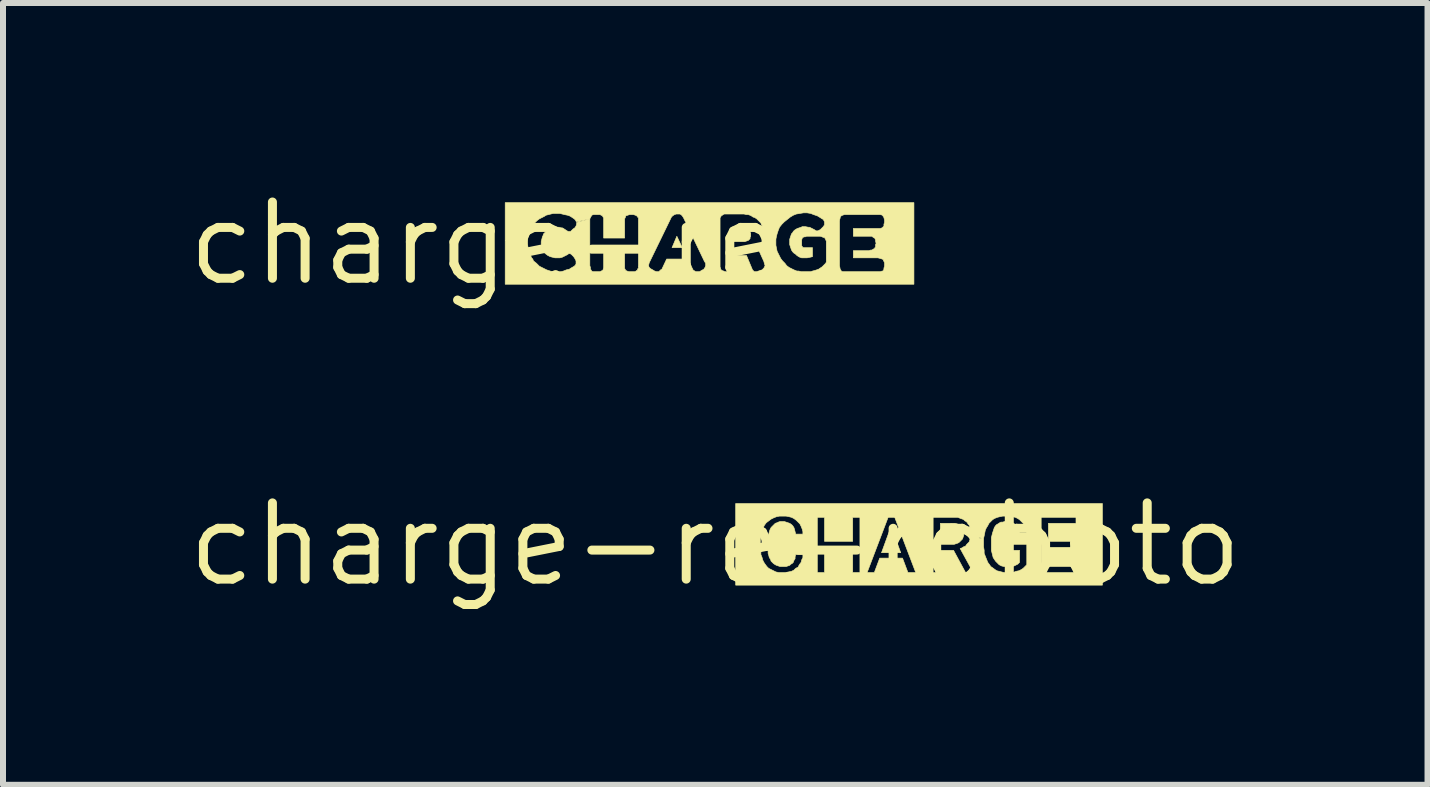
<source format=kicad_pcb>
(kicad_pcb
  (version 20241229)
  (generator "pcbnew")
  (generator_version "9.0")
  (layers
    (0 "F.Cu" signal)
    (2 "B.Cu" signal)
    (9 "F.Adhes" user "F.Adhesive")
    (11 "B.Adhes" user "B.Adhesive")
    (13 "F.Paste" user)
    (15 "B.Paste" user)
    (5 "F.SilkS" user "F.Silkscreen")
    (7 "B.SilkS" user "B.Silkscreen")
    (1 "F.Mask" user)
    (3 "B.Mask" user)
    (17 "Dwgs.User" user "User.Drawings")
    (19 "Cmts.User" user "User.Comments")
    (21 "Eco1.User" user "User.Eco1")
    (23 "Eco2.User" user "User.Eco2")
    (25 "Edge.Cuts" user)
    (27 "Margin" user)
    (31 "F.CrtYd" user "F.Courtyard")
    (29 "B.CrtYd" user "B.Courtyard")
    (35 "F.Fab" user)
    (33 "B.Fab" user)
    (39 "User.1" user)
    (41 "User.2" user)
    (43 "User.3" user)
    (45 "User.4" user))
  (footprint "charge-re-roboto"
    (layer "F.Cu")
    (at 8.867 6.019)
    (property "Reference" "charge-re-roboto" (at 0 0 0) (layer "F.SilkS") (effects (font (size 1.27 1.27) (thickness 0.15))))
    (attr board_only exclude_from_pos_files exclude_from_bom)
    (fp_poly (pts (xy 2.77 0.14) (xy 3.09 0.14) (xy 2.93 -0.3) (xy 2.77 0.14)) (stroke (width 0.01) (type solid)) (fill yes) (layer "F.SilkS"))
    (fp_poly (pts (xy 3.75 0) (xy 3.95 0) (xy 3.98 0) (xy 4.01 -0.01) (xy 4.04 -0.02) (xy 4.06 -0.03) (xy 4.08 -0.05) (xy 4.1 -0.07) (xy 4.12 -0.09) (xy 4.13 -0.12) (xy 4.14 -0.15) (xy 4.14 -0.2) (xy 4.13 -0.23) (xy 4.12 -0.26) (xy 4.1 -0.29) (xy 4.08 -0.31) (xy 4.06 -0.33) (xy 4.03 -0.34) (xy 3.99 -0.35) (xy 3.94 -0.35) (xy 3.75 -0.35) (xy 3.75 0)) (stroke (width 0.01) (type solid)) (fill yes) (layer "F.SilkS"))
    (fp_poly (pts (xy 0.68 -0.68) (xy 0.34 -0.68) (xy 0.34 0.68) (xy 6.45 0.68) (xy 6.45 -0.68) (xy 0.68 -0.68) (xy 0.89 -0.39) (xy 0.93 -0.42) (xy 0.97 -0.44) (xy 1.02 -0.46) (xy 1.07 -0.47) (xy 1.12 -0.47) (xy 1.18 -0.47) (xy 1.23 -0.46) (xy 1.27 -0.45) (xy 1.31 -0.43) (xy 1.35 -0.4) (xy 1.38 -0.37) (xy 1.41 -0.34) (xy 1.43 -0.3) (xy 1.7 -0.45) (xy 1.82 -0.45) (xy 1.82 -0.05) (xy 2.29 -0.05) (xy 2.29 -0.45) (xy 2.41 -0.45) (xy 2.41 0.47) (xy 2.53 0.47) (xy 2.88 -0.45) (xy 2.99 -0.45) (xy 3.34 0.47) (xy 3.63 0.47) (xy 3.63 -0.45) (xy 3.95 -0.45) (xy 3.99 -0.45) (xy 4.04 -0.45) (xy 4.09 -0.43) (xy 4.12 -0.42) (xy 4.14 -0.41) (xy 4.16 -0.39) (xy 4.18 -0.38) (xy 4.2 -0.36) (xy 4.21 -0.34) (xy 4.23 -0.32) (xy 4.24 -0.29) (xy 4.25 -0.26) (xy 4.26 -0.23) (xy 4.26 -0.19) (xy 4.26 -0.16) (xy 4.26 -0.13) (xy 4.47 -0.1) (xy 4.48 -0.14) (xy 4.49 -0.19) (xy 4.5 -0.24) (xy 4.52 -0.28) (xy 4.54 -0.31) (xy 4.56 -0.35) (xy 4.59 -0.38) (xy 4.62 -0.41) (xy 4.65 -0.43) (xy 4.7 -0.45) (xy 4.74 -0.46) (xy 4.79 -0.47) (xy 4.84 -0.47) (xy 4.9 -0.47) (xy 4.95 -0.46) (xy 5 -0.45) (xy 5.04 -0.43) (xy 5.07 -0.41) (xy 5.1 -0.38) (xy 5.13 -0.35) (xy 5.15 -0.32) (xy 5.17 -0.28) (xy 5.18 -0.24) (xy 5.19 -0.19) (xy 5.07 -0.19) (xy 5.06 -0.22) (xy 5.05 -0.26) (xy 5.03 -0.28) (xy 5.02 -0.31) (xy 5 -0.33) (xy 4.97 -0.35) (xy 4.95 -0.36) (xy 4.92 -0.37) (xy 4.89 -0.38) (xy 4.86 -0.38) (xy 4.82 -0.38) (xy 4.79 -0.37) (xy 4.76 -0.37) (xy 4.74 -0.36) (xy 4.71 -0.34) (xy 4.69 -0.33) (xy 4.67 -0.31) (xy 4.65 -0.28) (xy 4.64 -0.25) (xy 4.63 -0.22) (xy 4.62 -0.19) (xy 4.61 -0.15) (xy 4.6 -0.11) (xy 4.6 -0.07) (xy 4.6 0.06) (xy 4.6 0.1) (xy 4.61 0.14) (xy 4.62 0.18) (xy 4.63 0.22) (xy 4.65 0.25) (xy 4.67 0.28) (xy 4.7 0.31) (xy 4.73 0.34) (xy 4.77 0.36) (xy 4.81 0.37) (xy 4.85 0.37) (xy 4.93 0.37) (xy 4.98 0.36) (xy 5 0.35) (xy 5.02 0.34) (xy 5.04 0.33) (xy 5.07 0.3) (xy 5.07 0.1) (xy 4.85 0.1) (xy 4.85 0) (xy 5.19 0) (xy 5.19 0.34) (xy 5.43 0.47) (xy 5.43 -0.45) (xy 6.01 -0.45) (xy 6.01 -0.35) (xy 5.55 -0.35) (xy 5.55 -0.05) (xy 5.95 -0.05) (xy 5.95 0.05) (xy 5.55 0.05) (xy 5.55 0.37) (xy 6.01 0.37) (xy 6.01 0.47) (xy 5.43 0.47) (xy 5.19 0.34) (xy 5.16 0.37) (xy 5.13 0.4) (xy 5.1 0.42) (xy 5.06 0.44) (xy 5.01 0.45) (xy 4.96 0.47) (xy 4.91 0.47) (xy 4.85 0.47) (xy 4.81 0.47) (xy 4.77 0.46) (xy 4.73 0.45) (xy 4.69 0.44) (xy 4.66 0.42) (xy 4.62 0.39) (xy 4.59 0.37) (xy 4.57 0.34) (xy 4.54 0.3) (xy 4.52 0.25) (xy 4.5 0.2) (xy 4.48 0.15) (xy 4.48 0.1) (xy 4.47 0.04) (xy 4.47 -0.05) (xy 4.47 -0.09) (xy 4.26 -0.12) (xy 4.25 -0.1) (xy 4.24 -0.07) (xy 4.23 -0.04) (xy 4.21 -0.02) (xy 4.19 0) (xy 4.17 0.03) (xy 4.14 0.04) (xy 4.11 0.06) (xy 4.08 0.07) (xy 4.3 0.47) (xy 4.17 0.47) (xy 3.97 0.1) (xy 3.75 0.1) (xy 3.75 0.47) (xy 3.63 0.47) (xy 3.34 0.47) (xy 3.21 0.47) (xy 3.12 0.23) (xy 2.74 0.23) (xy 2.65 0.47) (xy 2.53 0.47) (xy 2.41 0.47) (xy 2.29 0.47) (xy 2.29 0.05) (xy 1.82 0.05) (xy 1.82 0.47) (xy 1.7 0.47) (xy 1.7 -0.45) (xy 1.43 -0.3) (xy 1.45 -0.25) (xy 1.46 -0.21) (xy 1.46 -0.17) (xy 1.34 -0.17) (xy 1.33 -0.21) (xy 1.32 -0.25) (xy 1.31 -0.28) (xy 1.29 -0.31) (xy 1.27 -0.33) (xy 1.24 -0.35) (xy 1.21 -0.36) (xy 1.18 -0.37) (xy 1.15 -0.38) (xy 1.11 -0.38) (xy 1.08 -0.38) (xy 1.05 -0.37) (xy 1.03 -0.36) (xy 1 -0.35) (xy 0.98 -0.33) (xy 0.96 -0.31) (xy 0.93 -0.28) (xy 0.91 -0.24) (xy 0.9 -0.21) (xy 0.89 -0.16) (xy 0.88 -0.12) (xy 0.87 -0.08) (xy 0.87 0.07) (xy 0.88 0.11) (xy 0.88 0.15) (xy 0.89 0.18) (xy 0.9 0.22) (xy 0.92 0.25) (xy 0.93 0.28) (xy 0.95 0.3) (xy 0.97 0.32) (xy 1 0.34) (xy 1.02 0.35) (xy 1.05 0.36) (xy 1.08 0.37) (xy 1.11 0.37) (xy 1.15 0.37) (xy 1.18 0.37) (xy 1.21 0.36) (xy 1.24 0.35) (xy 1.26 0.33) (xy 1.28 0.32) (xy 1.3 0.3) (xy 1.31 0.27) (xy 1.33 0.24) (xy 1.33 0.21) (xy 1.34 0.17) (xy 1.46 0.17) (xy 1.46 0.22) (xy 1.44 0.26) (xy 1.43 0.3) (xy 1.4 0.34) (xy 1.38 0.38) (xy 1.34 0.4) (xy 1.31 0.43) (xy 1.27 0.45) (xy 1.22 0.46) (xy 1.17 0.47) (xy 1.11 0.47) (xy 1.06 0.47) (xy 1.01 0.46) (xy 0.97 0.44) (xy 0.93 0.42) (xy 0.89 0.4) (xy 0.86 0.37) (xy 0.83 0.33) (xy 0.81 0.3) (xy 0.79 0.26) (xy 0.78 0.22) (xy 0.76 0.17) (xy 0.76 0.13) (xy 0.75 0.08) (xy 0.75 -0.08) (xy 0.76 -0.13) (xy 0.77 -0.18) (xy 0.78 -0.23) (xy 0.8 -0.28) (xy 0.82 -0.32) (xy 0.85 -0.36) (xy 0.89 -0.39) (xy 0.68 -0.68)) (stroke (width 0.01) (type solid)) (fill yes) (layer "F.SilkS")))
  (footprint "charge-re"
    (layer "F.Cu")
    (at 5.027 1.006)
    (property "Reference" "charge-re" (at 0 0 0) (layer "F.SilkS") (effects (font (size 1.27 1.27) (thickness 0.15))))
    (attr board_only exclude_from_pos_files exclude_from_bom)
    (fp_poly (pts (xy 3.2 -0.12) (xy 3.12 0.07) (xy 3.29 0.07) (xy 3.2 -0.12)) (stroke (width 0.01) (type solid)) (fill yes) (layer "F.SilkS"))
    (fp_poly (pts (xy 4.15 -0.03) (xy 4.33 -0.03) (xy 4.36 -0.04) (xy 4.39 -0.05) (xy 4.4 -0.06) (xy 4.42 -0.08) (xy 4.42 -0.1) (xy 4.43 -0.12) (xy 4.43 -0.14) (xy 4.43 -0.17) (xy 4.42 -0.19) (xy 4.41 -0.21) (xy 4.4 -0.22) (xy 4.38 -0.24) (xy 4.36 -0.25) (xy 4.33 -0.26) (xy 4.32 -0.26) (xy 4.15 -0.26) (xy 4.15 -0.03)) (stroke (width 0.01) (type solid)) (fill yes) (layer "F.SilkS"))
    (fp_poly (pts (xy 0.68 -0.68) (xy 0.34 -0.68) (xy 0.34 0.68) (xy 7.15 0.68) (xy 7.15 -0.68) (xy 0.68 -0.68) (xy 0.91 -0.41) (xy 0.95 -0.43) (xy 0.99 -0.45) (xy 1.02 -0.47) (xy 1.06 -0.48) (xy 1.1 -0.49) (xy 1.14 -0.5) (xy 1.18 -0.5) (xy 1.22 -0.5) (xy 1.25 -0.5) (xy 1.29 -0.49) (xy 1.33 -0.48) (xy 1.38 -0.47) (xy 1.41 -0.46) (xy 1.43 -0.45) (xy 1.46 -0.43) (xy 1.49 -0.41) (xy 1.51 -0.39) (xy 1.52 -0.37) (xy 1.53 -0.36) (xy 1.75 -0.41) (xy 1.76 -0.43) (xy 1.77 -0.45) (xy 1.78 -0.46) (xy 1.78 -0.47) (xy 1.81 -0.48) (xy 1.84 -0.48) (xy 1.89 -0.48) (xy 1.92 -0.48) (xy 1.94 -0.47) (xy 1.96 -0.46) (xy 1.97 -0.44) (xy 1.98 -0.43) (xy 1.98 -0.42) (xy 1.98 -0.38) (xy 1.98 -0.09) (xy 2.33 -0.09) (xy 2.33 -0.41) (xy 2.34 -0.43) (xy 2.35 -0.46) (xy 2.38 -0.47) (xy 2.41 -0.48) (xy 2.45 -0.48) (xy 2.48 -0.48) (xy 2.51 -0.47) (xy 2.53 -0.46) (xy 2.55 -0.44) (xy 2.55 -0.43) (xy 2.56 -0.43) (xy 2.56 -0.4) (xy 2.56 -0.37) (xy 2.56 0.37) (xy 2.73 0.37) (xy 2.73 0.36) (xy 2.74 0.32) (xy 2.75 0.3) (xy 3.11 -0.44) (xy 3.13 -0.46) (xy 3.16 -0.48) (xy 3.19 -0.49) (xy 3.22 -0.49) (xy 3.25 -0.49) (xy 3.27 -0.48) (xy 3.29 -0.46) (xy 3.31 -0.43) (xy 3.66 0.3) (xy 3.68 0.33) (xy 3.68 0.36) (xy 3.92 0.36) (xy 3.92 -0.42) (xy 3.92 -0.43) (xy 3.93 -0.44) (xy 3.94 -0.46) (xy 3.94 -0.47) (xy 3.96 -0.47) (xy 3.97 -0.48) (xy 3.99 -0.49) (xy 4.02 -0.49) (xy 4.32 -0.49) (xy 4.36 -0.48) (xy 4.39 -0.48) (xy 4.42 -0.47) (xy 4.44 -0.46) (xy 4.47 -0.44) (xy 4.5 -0.43) (xy 4.53 -0.41) (xy 4.55 -0.39) (xy 4.58 -0.36) (xy 4.6 -0.34) (xy 4.61 -0.31) (xy 4.63 -0.28) (xy 4.64 -0.25) (xy 4.65 -0.22) (xy 4.66 -0.19) (xy 4.66 -0.16) (xy 4.66 -0.13) (xy 4.66 -0.09) (xy 4.85 -0.07) (xy 4.86 -0.12) (xy 4.87 -0.16) (xy 4.89 -0.22) (xy 4.91 -0.27) (xy 4.95 -0.32) (xy 4.99 -0.36) (xy 5.04 -0.4) (xy 5.09 -0.44) (xy 5.14 -0.47) (xy 5.19 -0.49) (xy 5.25 -0.5) (xy 5.31 -0.51) (xy 5.37 -0.51) (xy 5.43 -0.5) (xy 5.48 -0.48) (xy 5.54 -0.46) (xy 5.59 -0.43) (xy 5.62 -0.41) (xy 5.64 -0.4) (xy 5.65 -0.38) (xy 5.66 -0.36) (xy 5.66 -0.34) (xy 5.66 -0.31) (xy 5.64 -0.28) (xy 5.62 -0.26) (xy 5.59 -0.23) (xy 5.57 -0.22) (xy 5.55 -0.21) (xy 5.54 -0.21) (xy 5.52 -0.21) (xy 5.49 -0.23) (xy 5.43 -0.26) (xy 5.41 -0.27) (xy 5.39 -0.27) (xy 5.34 -0.28) (xy 5.29 -0.28) (xy 5.27 -0.27) (xy 5.24 -0.26) (xy 5.21 -0.25) (xy 5.19 -0.24) (xy 5.16 -0.22) (xy 5.14 -0.2) (xy 5.13 -0.18) (xy 5.11 -0.16) (xy 5.1 -0.13) (xy 5.09 -0.1) (xy 5.08 -0.07) (xy 5.08 -0.04) (xy 5.08 -0.01) (xy 5.08 0.02) (xy 5.09 0.05) (xy 5.1 0.08) (xy 5.11 0.11) (xy 5.13 0.14) (xy 5.15 0.16) (xy 5.18 0.18) (xy 5.2 0.2) (xy 5.23 0.22) (xy 5.25 0.23) (xy 5.28 0.24) (xy 5.32 0.24) (xy 5.37 0.24) (xy 5.42 0.23) (xy 5.46 0.22) (xy 5.46 0.07) (xy 5.35 0.07) (xy 5.32 0.07) (xy 5.31 0.07) (xy 5.29 0.06) (xy 5.29 0.05) (xy 5.28 0.04) (xy 5.28 0.01) (xy 5.28 -0.04) (xy 5.28 -0.06) (xy 5.29 -0.09) (xy 5.3 -0.1) (xy 5.32 -0.11) (xy 5.34 -0.11) (xy 5.36 -0.12) (xy 5.59 -0.12) (xy 5.62 -0.11) (xy 5.64 -0.1) (xy 5.66 -0.1) (xy 5.67 -0.08) (xy 5.68 -0.07) (xy 5.68 -0.06) (xy 5.69 -0.04) (xy 5.69 -0.02) (xy 5.69 0.29) (xy 5.69 0.31) (xy 5.91 0.37) (xy 5.91 -0.37) (xy 5.91 -0.39) (xy 5.92 -0.42) (xy 5.92 -0.43) (xy 5.93 -0.45) (xy 5.94 -0.46) (xy 5.96 -0.47) (xy 5.99 -0.48) (xy 6.02 -0.48) (xy 6.55 -0.48) (xy 6.59 -0.48) (xy 6.63 -0.47) (xy 6.63 -0.46) (xy 6.64 -0.45) (xy 6.65 -0.43) (xy 6.66 -0.39) (xy 6.66 -0.35) (xy 6.65 -0.32) (xy 6.65 -0.29) (xy 6.63 -0.27) (xy 6.62 -0.26) (xy 6.59 -0.25) (xy 6.55 -0.25) (xy 6.14 -0.25) (xy 6.14 -0.12) (xy 6.45 -0.12) (xy 6.46 -0.11) (xy 6.49 -0.09) (xy 6.5 -0.09) (xy 6.5 -0.08) (xy 6.51 -0.06) (xy 6.51 -0.04) (xy 6.52 0) (xy 6.51 0.02) (xy 6.51 0.04) (xy 6.51 0.06) (xy 6.5 0.07) (xy 6.49 0.09) (xy 6.48 0.09) (xy 6.45 0.11) (xy 6.43 0.11) (xy 6.4 0.12) (xy 6.14 0.12) (xy 6.14 0.24) (xy 6.55 0.24) (xy 6.59 0.25) (xy 6.62 0.26) (xy 6.64 0.27) (xy 6.64 0.28) (xy 6.65 0.3) (xy 6.66 0.32) (xy 6.66 0.35) (xy 6.66 0.38) (xy 6.65 0.41) (xy 6.65 0.43) (xy 6.64 0.45) (xy 6.63 0.46) (xy 6.62 0.46) (xy 6.59 0.47) (xy 6.55 0.47) (xy 6.01 0.47) (xy 5.98 0.47) (xy 5.96 0.47) (xy 5.94 0.46) (xy 5.93 0.44) (xy 5.92 0.43) (xy 5.92 0.42) (xy 5.91 0.37) (xy 5.69 0.31) (xy 5.68 0.33) (xy 5.66 0.35) (xy 5.64 0.37) (xy 5.62 0.39) (xy 5.59 0.41) (xy 5.56 0.43) (xy 5.53 0.44) (xy 5.5 0.45) (xy 5.46 0.46) (xy 5.43 0.47) (xy 5.38 0.47) (xy 5.34 0.47) (xy 5.3 0.47) (xy 5.27 0.47) (xy 5.23 0.46) (xy 5.2 0.46) (xy 5.15 0.44) (xy 5.11 0.42) (xy 5.07 0.4) (xy 5.03 0.37) (xy 5 0.33) (xy 4.96 0.29) (xy 4.93 0.25) (xy 4.91 0.21) (xy 4.89 0.17) (xy 4.87 0.13) (xy 4.86 0.08) (xy 4.85 0.03) (xy 4.85 -0.02) (xy 4.85 -0.07) (xy 4.66 -0.09) (xy 4.65 -0.06) (xy 4.64 -0.03) (xy 4.63 0) (xy 4.62 0.03) (xy 4.6 0.05) (xy 4.58 0.08) (xy 4.56 0.1) (xy 4.6 0.19) (xy 4.65 0.3) (xy 4.66 0.34) (xy 4.67 0.37) (xy 4.66 0.39) (xy 4.65 0.41) (xy 4.64 0.42) (xy 4.62 0.44) (xy 4.56 0.46) (xy 4.53 0.47) (xy 4.52 0.47) (xy 4.5 0.47) (xy 4.49 0.47) (xy 4.48 0.46) (xy 4.47 0.45) (xy 4.46 0.44) (xy 4.36 0.2) (xy 4.15 0.2) (xy 4.15 0.38) (xy 4.14 0.42) (xy 4.14 0.43) (xy 4.13 0.44) (xy 4.12 0.45) (xy 4.1 0.46) (xy 4.07 0.47) (xy 4.04 0.47) (xy 4 0.47) (xy 3.98 0.46) (xy 3.95 0.45) (xy 3.94 0.44) (xy 3.93 0.43) (xy 3.93 0.42) (xy 3.92 0.39) (xy 3.92 0.36) (xy 3.68 0.36) (xy 3.68 0.38) (xy 3.67 0.4) (xy 3.66 0.41) (xy 3.65 0.43) (xy 3.63 0.44) (xy 3.61 0.45) (xy 3.58 0.47) (xy 3.56 0.47) (xy 3.54 0.47) (xy 3.52 0.47) (xy 3.51 0.47) (xy 3.5 0.46) (xy 3.48 0.45) (xy 3.47 0.44) (xy 3.45 0.4) (xy 3.39 0.26) (xy 3.03 0.26) (xy 2.95 0.43) (xy 2.93 0.44) (xy 2.91 0.46) (xy 2.9 0.47) (xy 2.89 0.47) (xy 2.87 0.47) (xy 2.86 0.47) (xy 2.83 0.46) (xy 2.78 0.43) (xy 2.76 0.42) (xy 2.75 0.41) (xy 2.74 0.4) (xy 2.73 0.38) (xy 2.73 0.37) (xy 2.56 0.37) (xy 2.56 0.39) (xy 2.56 0.41) (xy 2.55 0.42) (xy 2.54 0.45) (xy 2.53 0.45) (xy 2.52 0.46) (xy 2.5 0.47) (xy 2.47 0.47) (xy 2.43 0.47) (xy 2.4 0.47) (xy 2.37 0.46) (xy 2.35 0.45) (xy 2.34 0.44) (xy 2.34 0.43) (xy 2.33 0.42) (xy 2.33 0.37) (xy 2.33 0.09) (xy 1.98 0.09) (xy 1.98 0.37) (xy 1.98 0.4) (xy 1.97 0.44) (xy 1.96 0.45) (xy 1.94 0.46) (xy 1.92 0.47) (xy 1.9 0.47) (xy 1.86 0.47) (xy 1.83 0.47) (xy 1.8 0.47) (xy 1.78 0.46) (xy 1.77 0.44) (xy 1.76 0.43) (xy 1.76 0.4) (xy 1.75 0.37) (xy 1.75 -0.41) (xy 1.53 -0.35) (xy 1.53 -0.34) (xy 1.53 -0.32) (xy 1.52 -0.29) (xy 1.5 -0.26) (xy 1.47 -0.24) (xy 1.45 -0.22) (xy 1.43 -0.2) (xy 1.41 -0.2) (xy 1.39 -0.2) (xy 1.37 -0.21) (xy 1.31 -0.25) (xy 1.29 -0.26) (xy 1.27 -0.26) (xy 1.24 -0.27) (xy 1.21 -0.27) (xy 1.18 -0.27) (xy 1.15 -0.27) (xy 1.12 -0.26) (xy 1.08 -0.24) (xy 1.05 -0.23) (xy 1.02 -0.2) (xy 1 -0.18) (xy 0.98 -0.16) (xy 0.97 -0.13) (xy 0.96 -0.11) (xy 0.95 -0.07) (xy 0.94 -0.03) (xy 0.94 0.01) (xy 0.95 0.05) (xy 0.96 0.09) (xy 0.97 0.12) (xy 0.99 0.15) (xy 1.01 0.17) (xy 1.05 0.2) (xy 1.09 0.22) (xy 1.13 0.23) (xy 1.17 0.24) (xy 1.21 0.24) (xy 1.25 0.24) (xy 1.29 0.23) (xy 1.33 0.21) (xy 1.37 0.19) (xy 1.4 0.17) (xy 1.41 0.17) (xy 1.42 0.17) (xy 1.44 0.18) (xy 1.46 0.2) (xy 1.48 0.22) (xy 1.5 0.25) (xy 1.51 0.27) (xy 1.52 0.29) (xy 1.52 0.31) (xy 1.52 0.32) (xy 1.52 0.34) (xy 1.51 0.36) (xy 1.49 0.38) (xy 1.42 0.42) (xy 1.41 0.43) (xy 1.36 0.44) (xy 1.31 0.46) (xy 1.27 0.47) (xy 1.22 0.47) (xy 1.19 0.47) (xy 1.16 0.47) (xy 1.13 0.47) (xy 1.09 0.46) (xy 1.03 0.44) (xy 0.97 0.41) (xy 0.91 0.38) (xy 0.86 0.33) (xy 0.81 0.29) (xy 0.8 0.26) (xy 0.78 0.24) (xy 0.76 0.19) (xy 0.74 0.15) (xy 0.73 0.1) (xy 0.72 0.06) (xy 0.71 0.01) (xy 0.71 -0.05) (xy 0.72 -0.1) (xy 0.73 -0.15) (xy 0.74 -0.19) (xy 0.76 -0.23) (xy 0.78 -0.27) (xy 0.81 -0.31) (xy 0.83 -0.34) (xy 0.87 -0.38) (xy 0.91 -0.41) (xy 0.68 -0.68)) (stroke (width 0.01) (type solid)) (fill yes) (layer "F.SilkS")))
  (gr_rect
    (start -3 -3)
    (end 20.734 10.025)
    (stroke (width 0.1) (type default))
    (fill no)
    (layer "Edge.Cuts")))
</source>
